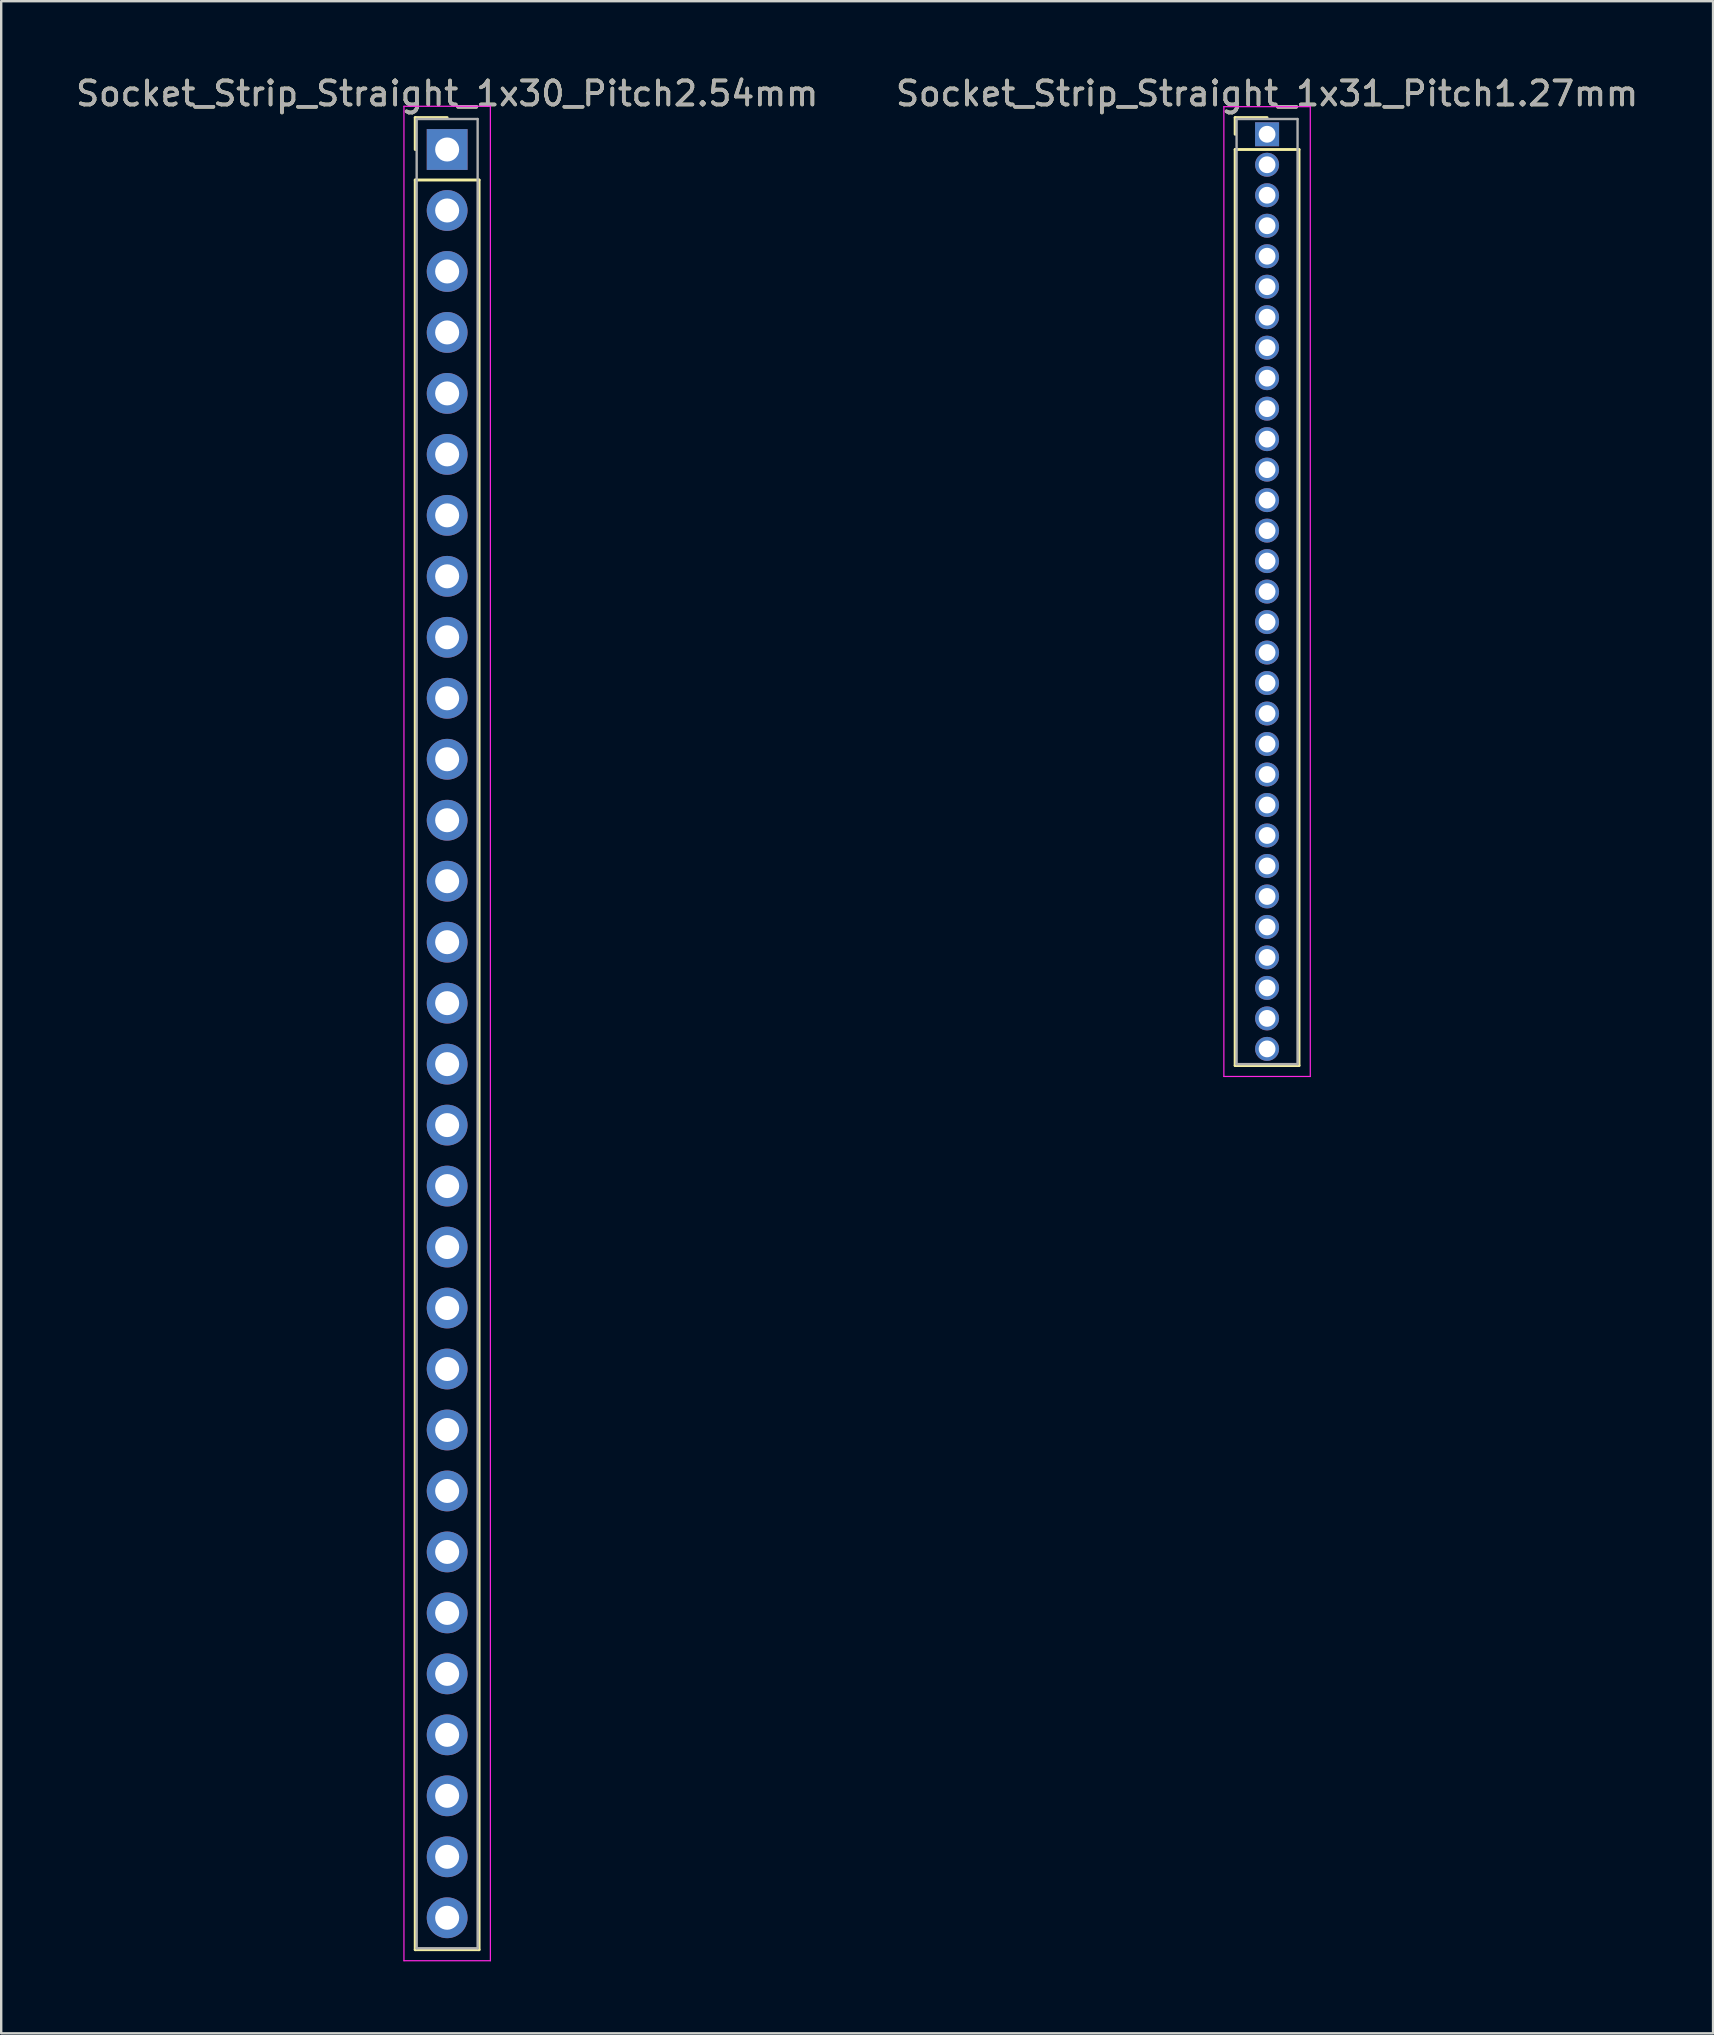
<source format=kicad_pcb>
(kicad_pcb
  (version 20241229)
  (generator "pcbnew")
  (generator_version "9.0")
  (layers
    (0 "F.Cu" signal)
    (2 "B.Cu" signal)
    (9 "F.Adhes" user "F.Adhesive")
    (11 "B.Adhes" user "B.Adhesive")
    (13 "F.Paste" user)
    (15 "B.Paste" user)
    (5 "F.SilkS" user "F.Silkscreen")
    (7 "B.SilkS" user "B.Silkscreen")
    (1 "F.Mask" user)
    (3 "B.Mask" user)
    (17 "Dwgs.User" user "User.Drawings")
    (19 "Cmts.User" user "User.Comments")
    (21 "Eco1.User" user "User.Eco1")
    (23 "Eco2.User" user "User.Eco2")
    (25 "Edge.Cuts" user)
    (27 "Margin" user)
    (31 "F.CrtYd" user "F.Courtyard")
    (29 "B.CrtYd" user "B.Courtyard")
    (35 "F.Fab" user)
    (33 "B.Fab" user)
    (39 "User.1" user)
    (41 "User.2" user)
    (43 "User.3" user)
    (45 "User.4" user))
  (footprint "Socket_Strip_Straight_1x30_Pitch2.54mm"
    (layer "F.Cu")
    (at 15.577 3.178)
    (property "Reference" "Socket_Strip_Straight_1x30_Pitch2.54mm" (at 0 -2.33 0) (layer "F.SilkS") (effects (font (size 1 1) (thickness 0.15))))
    (attr through_hole)
    (fp_line (start -1.33 -1.33) (end 0 -1.33) (stroke (width 0.12) (type solid)) (layer "F.SilkS"))
    (fp_line (start -1.33 0) (end -1.33 -1.33) (stroke (width 0.12) (type solid)) (layer "F.SilkS"))
    (fp_line (start -1.33 1.27) (end -1.33 74.99) (stroke (width 0.12) (type solid)) (layer "F.SilkS"))
    (fp_line (start -1.33 74.99) (end 1.33 74.99) (stroke (width 0.12) (type solid)) (layer "F.SilkS"))
    (fp_line (start 1.33 1.27) (end -1.33 1.27) (stroke (width 0.12) (type solid)) (layer "F.SilkS"))
    (fp_line (start 1.33 74.99) (end 1.33 1.27) (stroke (width 0.12) (type solid)) (layer "F.SilkS"))
    (fp_line (start -1.8 -1.8) (end -1.8 75.45) (stroke (width 0.05) (type solid)) (layer "F.CrtYd"))
    (fp_line (start -1.8 75.45) (end 1.8 75.45) (stroke (width 0.05) (type solid)) (layer "F.CrtYd"))
    (fp_line (start 1.8 -1.8) (end -1.8 -1.8) (stroke (width 0.05) (type solid)) (layer "F.CrtYd"))
    (fp_line (start 1.8 75.45) (end 1.8 -1.8) (stroke (width 0.05) (type solid)) (layer "F.CrtYd"))
    (fp_line (start -1.27 -1.27) (end -1.27 74.93) (stroke (width 0.1) (type solid)) (layer "F.Fab"))
    (fp_line (start -1.27 74.93) (end 1.27 74.93) (stroke (width 0.1) (type solid)) (layer "F.Fab"))
    (fp_line (start 1.27 -1.27) (end -1.27 -1.27) (stroke (width 0.1) (type solid)) (layer "F.Fab"))
    (fp_line (start 1.27 74.93) (end 1.27 -1.27) (stroke (width 0.1) (type solid)) (layer "F.Fab"))
    (fp_text user "${REFERENCE}" (at 0 -2.33 0) (layer "F.Fab") (effects (font (size 1 1) (thickness 0.15))))
    (pad "1" thru_hole rect (at 0 0) (size 1.7 1.7) (drill 1) (layers "*.Cu" "*.Mask"))
    (pad "2" thru_hole oval (at 0 2.54) (size 1.7 1.7) (drill 1) (layers "*.Cu" "*.Mask"))
    (pad "3" thru_hole oval (at 0 5.08) (size 1.7 1.7) (drill 1) (layers "*.Cu" "*.Mask"))
    (pad "4" thru_hole oval (at 0 7.62) (size 1.7 1.7) (drill 1) (layers "*.Cu" "*.Mask"))
    (pad "5" thru_hole oval (at 0 10.16) (size 1.7 1.7) (drill 1) (layers "*.Cu" "*.Mask"))
    (pad "6" thru_hole oval (at 0 12.7) (size 1.7 1.7) (drill 1) (layers "*.Cu" "*.Mask"))
    (pad "7" thru_hole oval (at 0 15.24) (size 1.7 1.7) (drill 1) (layers "*.Cu" "*.Mask"))
    (pad "8" thru_hole oval (at 0 17.78) (size 1.7 1.7) (drill 1) (layers "*.Cu" "*.Mask"))
    (pad "9" thru_hole oval (at 0 20.32) (size 1.7 1.7) (drill 1) (layers "*.Cu" "*.Mask"))
    (pad "10" thru_hole oval (at 0 22.86) (size 1.7 1.7) (drill 1) (layers "*.Cu" "*.Mask"))
    (pad "11" thru_hole oval (at 0 25.4) (size 1.7 1.7) (drill 1) (layers "*.Cu" "*.Mask"))
    (pad "12" thru_hole oval (at 0 27.94) (size 1.7 1.7) (drill 1) (layers "*.Cu" "*.Mask"))
    (pad "13" thru_hole oval (at 0 30.48) (size 1.7 1.7) (drill 1) (layers "*.Cu" "*.Mask"))
    (pad "14" thru_hole oval (at 0 33.02) (size 1.7 1.7) (drill 1) (layers "*.Cu" "*.Mask"))
    (pad "15" thru_hole oval (at 0 35.56) (size 1.7 1.7) (drill 1) (layers "*.Cu" "*.Mask"))
    (pad "16" thru_hole oval (at 0 38.1) (size 1.7 1.7) (drill 1) (layers "*.Cu" "*.Mask"))
    (pad "17" thru_hole oval (at 0 40.64) (size 1.7 1.7) (drill 1) (layers "*.Cu" "*.Mask"))
    (pad "18" thru_hole oval (at 0 43.18) (size 1.7 1.7) (drill 1) (layers "*.Cu" "*.Mask"))
    (pad "19" thru_hole oval (at 0 45.72) (size 1.7 1.7) (drill 1) (layers "*.Cu" "*.Mask"))
    (pad "20" thru_hole oval (at 0 48.26) (size 1.7 1.7) (drill 1) (layers "*.Cu" "*.Mask"))
    (pad "21" thru_hole oval (at 0 50.8) (size 1.7 1.7) (drill 1) (layers "*.Cu" "*.Mask"))
    (pad "22" thru_hole oval (at 0 53.34) (size 1.7 1.7) (drill 1) (layers "*.Cu" "*.Mask"))
    (pad "23" thru_hole oval (at 0 55.88) (size 1.7 1.7) (drill 1) (layers "*.Cu" "*.Mask"))
    (pad "24" thru_hole oval (at 0 58.42) (size 1.7 1.7) (drill 1) (layers "*.Cu" "*.Mask"))
    (pad "25" thru_hole oval (at 0 60.96) (size 1.7 1.7) (drill 1) (layers "*.Cu" "*.Mask"))
    (pad "26" thru_hole oval (at 0 63.5) (size 1.7 1.7) (drill 1) (layers "*.Cu" "*.Mask"))
    (pad "27" thru_hole oval (at 0 66.04) (size 1.7 1.7) (drill 1) (layers "*.Cu" "*.Mask"))
    (pad "28" thru_hole oval (at 0 68.58) (size 1.7 1.7) (drill 1) (layers "*.Cu" "*.Mask"))
    (pad "29" thru_hole oval (at 0 71.12) (size 1.7 1.7) (drill 1) (layers "*.Cu" "*.Mask"))
    (pad "30" thru_hole oval (at 0 73.66) (size 1.7 1.7) (drill 1) (layers "*.Cu" "*.Mask")))
  (footprint "Socket_Strip_Straight_1x31_Pitch1.27mm"
    (layer "F.Cu")
    (at 49.732 2.543)
    (property "Reference" "Socket_Strip_Straight_1x31_Pitch1.27mm" (at 0 -1.695 0) (layer "F.SilkS") (effects (font (size 1 1) (thickness 0.15))))
    (attr through_hole)
    (fp_line (start -1.33 -0.695) (end 0 -0.695) (stroke (width 0.12) (type solid)) (layer "F.SilkS"))
    (fp_line (start -1.33 0) (end -1.33 -0.695) (stroke (width 0.12) (type solid)) (layer "F.SilkS"))
    (fp_line (start -1.33 0.635) (end -1.33 38.795) (stroke (width 0.12) (type solid)) (layer "F.SilkS"))
    (fp_line (start -1.33 38.795) (end 1.33 38.795) (stroke (width 0.12) (type solid)) (layer "F.SilkS"))
    (fp_line (start 1.33 0.635) (end -1.33 0.635) (stroke (width 0.12) (type solid)) (layer "F.SilkS"))
    (fp_line (start 1.33 38.795) (end 1.33 0.635) (stroke (width 0.12) (type solid)) (layer "F.SilkS"))
    (fp_line (start -1.8 -1.15) (end -1.8 39.25) (stroke (width 0.05) (type solid)) (layer "F.CrtYd"))
    (fp_line (start -1.8 39.25) (end 1.8 39.25) (stroke (width 0.05) (type solid)) (layer "F.CrtYd"))
    (fp_line (start 1.8 -1.15) (end -1.8 -1.15) (stroke (width 0.05) (type solid)) (layer "F.CrtYd"))
    (fp_line (start 1.8 39.25) (end 1.8 -1.15) (stroke (width 0.05) (type solid)) (layer "F.CrtYd"))
    (fp_line (start -1.27 -0.635) (end -1.27 38.735) (stroke (width 0.1) (type solid)) (layer "F.Fab"))
    (fp_line (start -1.27 38.735) (end 1.27 38.735) (stroke (width 0.1) (type solid)) (layer "F.Fab"))
    (fp_line (start 1.27 -0.635) (end -1.27 -0.635) (stroke (width 0.1) (type solid)) (layer "F.Fab"))
    (fp_line (start 1.27 38.735) (end 1.27 -0.635) (stroke (width 0.1) (type solid)) (layer "F.Fab"))
    (fp_text user "${REFERENCE}" (at 0 -1.695 0) (layer "F.Fab") (effects (font (size 1 1) (thickness 0.15))))
    (pad "1" thru_hole rect (at 0 0) (size 1 1) (drill 0.7) (layers "*.Cu" "*.Mask"))
    (pad "2" thru_hole oval (at 0 1.27) (size 1 1) (drill 0.7) (layers "*.Cu" "*.Mask"))
    (pad "3" thru_hole oval (at 0 2.54) (size 1 1) (drill 0.7) (layers "*.Cu" "*.Mask"))
    (pad "4" thru_hole oval (at 0 3.81) (size 1 1) (drill 0.7) (layers "*.Cu" "*.Mask"))
    (pad "5" thru_hole oval (at 0 5.08) (size 1 1) (drill 0.7) (layers "*.Cu" "*.Mask"))
    (pad "6" thru_hole oval (at 0 6.35) (size 1 1) (drill 0.7) (layers "*.Cu" "*.Mask"))
    (pad "7" thru_hole oval (at 0 7.62) (size 1 1) (drill 0.7) (layers "*.Cu" "*.Mask"))
    (pad "8" thru_hole oval (at 0 8.89) (size 1 1) (drill 0.7) (layers "*.Cu" "*.Mask"))
    (pad "9" thru_hole oval (at 0 10.16) (size 1 1) (drill 0.7) (layers "*.Cu" "*.Mask"))
    (pad "10" thru_hole oval (at 0 11.43) (size 1 1) (drill 0.7) (layers "*.Cu" "*.Mask"))
    (pad "11" thru_hole oval (at 0 12.7) (size 1 1) (drill 0.7) (layers "*.Cu" "*.Mask"))
    (pad "12" thru_hole oval (at 0 13.97) (size 1 1) (drill 0.7) (layers "*.Cu" "*.Mask"))
    (pad "13" thru_hole oval (at 0 15.24) (size 1 1) (drill 0.7) (layers "*.Cu" "*.Mask"))
    (pad "14" thru_hole oval (at 0 16.51) (size 1 1) (drill 0.7) (layers "*.Cu" "*.Mask"))
    (pad "15" thru_hole oval (at 0 17.78) (size 1 1) (drill 0.7) (layers "*.Cu" "*.Mask"))
    (pad "16" thru_hole oval (at 0 19.05) (size 1 1) (drill 0.7) (layers "*.Cu" "*.Mask"))
    (pad "17" thru_hole oval (at 0 20.32) (size 1 1) (drill 0.7) (layers "*.Cu" "*.Mask"))
    (pad "18" thru_hole oval (at 0 21.59) (size 1 1) (drill 0.7) (layers "*.Cu" "*.Mask"))
    (pad "19" thru_hole oval (at 0 22.86) (size 1 1) (drill 0.7) (layers "*.Cu" "*.Mask"))
    (pad "20" thru_hole oval (at 0 24.13) (size 1 1) (drill 0.7) (layers "*.Cu" "*.Mask"))
    (pad "21" thru_hole oval (at 0 25.4) (size 1 1) (drill 0.7) (layers "*.Cu" "*.Mask"))
    (pad "22" thru_hole oval (at 0 26.67) (size 1 1) (drill 0.7) (layers "*.Cu" "*.Mask"))
    (pad "23" thru_hole oval (at 0 27.94) (size 1 1) (drill 0.7) (layers "*.Cu" "*.Mask"))
    (pad "24" thru_hole oval (at 0 29.21) (size 1 1) (drill 0.7) (layers "*.Cu" "*.Mask"))
    (pad "25" thru_hole oval (at 0 30.48) (size 1 1) (drill 0.7) (layers "*.Cu" "*.Mask"))
    (pad "26" thru_hole oval (at 0 31.75) (size 1 1) (drill 0.7) (layers "*.Cu" "*.Mask"))
    (pad "27" thru_hole oval (at 0 33.02) (size 1 1) (drill 0.7) (layers "*.Cu" "*.Mask"))
    (pad "28" thru_hole oval (at 0 34.29) (size 1 1) (drill 0.7) (layers "*.Cu" "*.Mask"))
    (pad "29" thru_hole oval (at 0 35.56) (size 1 1) (drill 0.7) (layers "*.Cu" "*.Mask"))
    (pad "30" thru_hole oval (at 0 36.83) (size 1 1) (drill 0.7) (layers "*.Cu" "*.Mask"))
    (pad "31" thru_hole oval (at 0 38.1) (size 1 1) (drill 0.7) (layers "*.Cu" "*.Mask")))
  (gr_rect
    (start -3 -3)
    (end 68.31 81.653)
    (stroke (width 0.1) (type default))
    (fill no)
    (layer "Edge.Cuts")))
</source>
